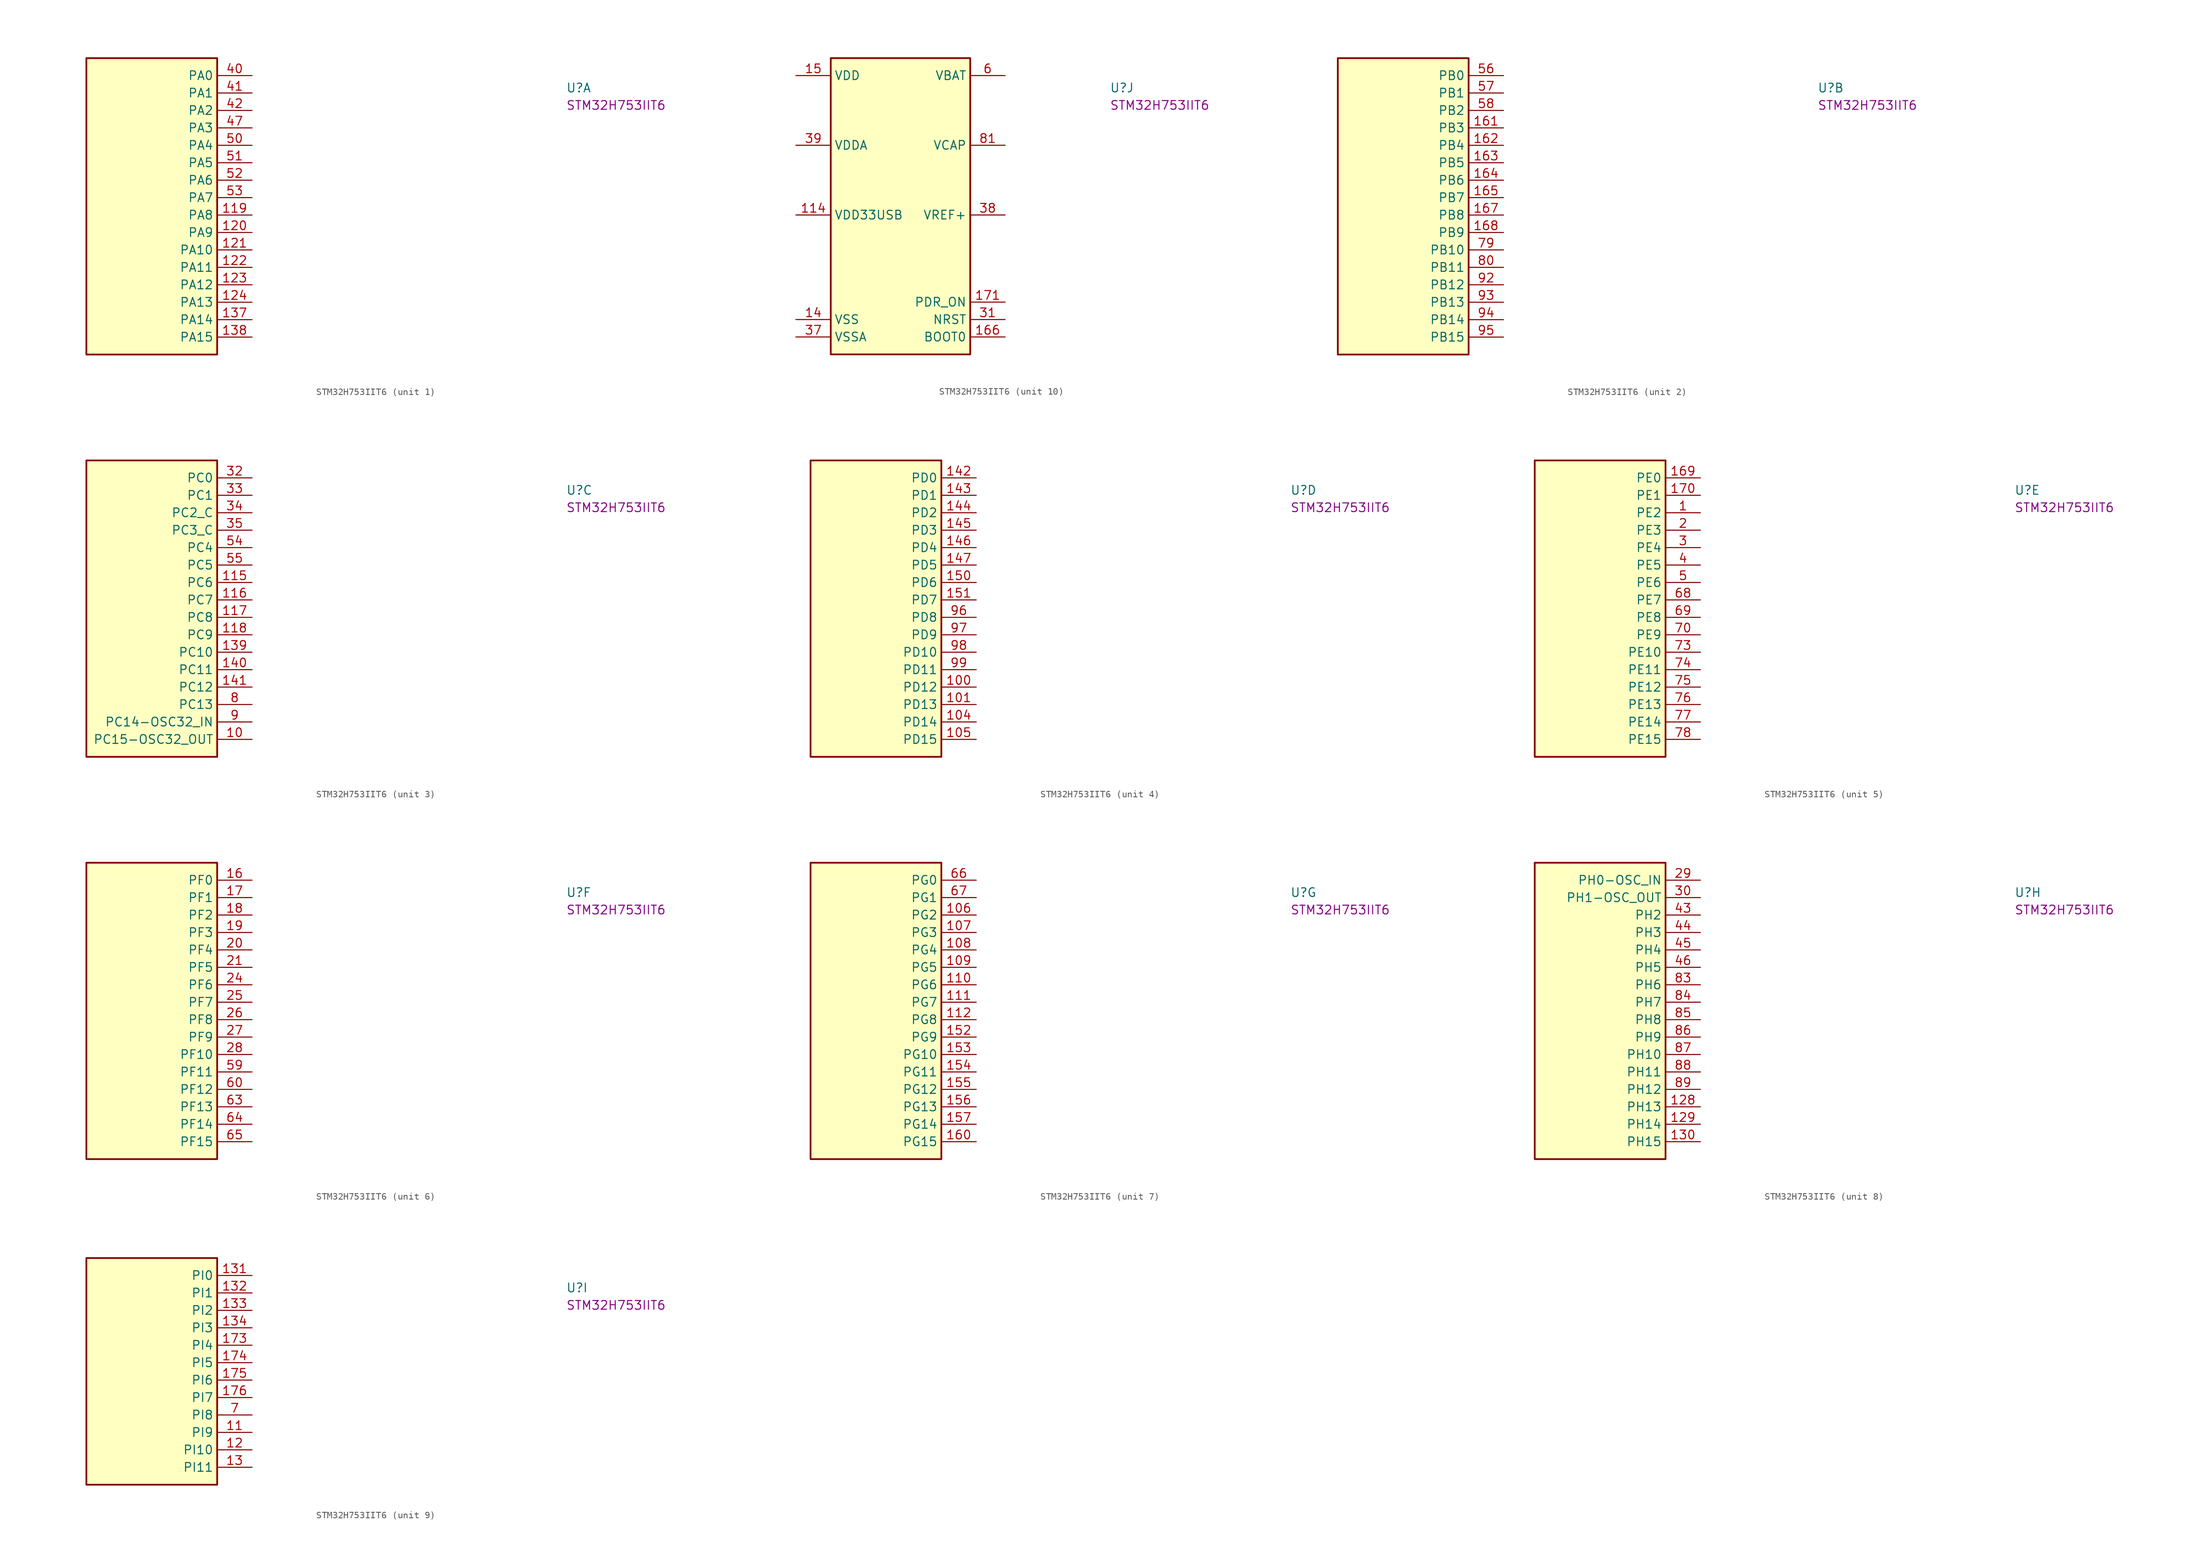
<source format=kicad_sym>
(kicad_symbol_lib
  (version 20220914)
  (generator kicad_symbol_editor)
  (symbol "STM32H753IIT6"
    (property "Reference" "U"
      (at 45.72 -2.54 0)
      (effects (font (size 1.27 1.27) (thickness 0.15)) (justify left bottom)))
    (property "MPN" "STM32H753IIT6"
      (at 45.72 -5.08 0)
      (effects (font (size 1.27 1.27) (thickness 0.15)) (justify left bottom)))
    (symbol "STM32H753IIT6_1_1"
      (rectangle (start -24.13 2.54) (end -5.08 -40.64) (stroke (width 0.254) (type default)) (fill (type background)))
      (pin bidirectional line (at 0 -20.32 180) (length 5.08) (name "PA8" (effects (font (size 1.27 1.27)))) (number "119" (effects (font (size 1.27 1.27)))))
      (pin bidirectional line (at 0 -22.86 180) (length 5.08) (name "PA9" (effects (font (size 1.27 1.27)))) (number "120" (effects (font (size 1.27 1.27)))))
      (pin bidirectional line (at 0 -25.4 180) (length 5.08) (name "PA10" (effects (font (size 1.27 1.27)))) (number "121" (effects (font (size 1.27 1.27)))))
      (pin bidirectional line (at 0 -27.94 180) (length 5.08) (name "PA11" (effects (font (size 1.27 1.27)))) (number "122" (effects (font (size 1.27 1.27)))))
      (pin bidirectional line (at 0 -30.48 180) (length 5.08) (name "PA12" (effects (font (size 1.27 1.27)))) (number "123" (effects (font (size 1.27 1.27)))))
      (pin bidirectional line (at 0 -33.02 180) (length 5.08) (name "PA13" (effects (font (size 1.27 1.27)))) (number "124" (effects (font (size 1.27 1.27)))))
      (pin bidirectional line (at 0 -35.56 180) (length 5.08) (name "PA14" (effects (font (size 1.27 1.27)))) (number "137" (effects (font (size 1.27 1.27)))))
      (pin bidirectional line (at 0 -38.1 180) (length 5.08) (name "PA15" (effects (font (size 1.27 1.27)))) (number "138" (effects (font (size 1.27 1.27)))))
      (pin bidirectional line (at 0 0 180) (length 5.08) (name "PA0" (effects (font (size 1.27 1.27)))) (number "40" (effects (font (size 1.27 1.27)))))
      (pin bidirectional line (at 0 -2.54 180) (length 5.08) (name "PA1" (effects (font (size 1.27 1.27)))) (number "41" (effects (font (size 1.27 1.27)))))
      (pin bidirectional line (at 0 -5.08 180) (length 5.08) (name "PA2" (effects (font (size 1.27 1.27)))) (number "42" (effects (font (size 1.27 1.27)))))
      (pin bidirectional line (at 0 -7.62 180) (length 5.08) (name "PA3" (effects (font (size 1.27 1.27)))) (number "47" (effects (font (size 1.27 1.27)))))
      (pin bidirectional line (at 0 -10.16 180) (length 5.08) (name "PA4" (effects (font (size 1.27 1.27)))) (number "50" (effects (font (size 1.27 1.27)))))
      (pin bidirectional line (at 0 -12.7 180) (length 5.08) (name "PA5" (effects (font (size 1.27 1.27)))) (number "51" (effects (font (size 1.27 1.27)))))
      (pin bidirectional line (at 0 -15.24 180) (length 5.08) (name "PA6" (effects (font (size 1.27 1.27)))) (number "52" (effects (font (size 1.27 1.27)))))
      (pin bidirectional line (at 0 -17.78 180) (length 5.08) (name "PA7" (effects (font (size 1.27 1.27)))) (number "53" (effects (font (size 1.27 1.27))))))
    (symbol "STM32H753IIT6_2_1"
      (rectangle (start -24.13 2.54) (end -5.08 -40.64) (stroke (width 0.254) (type default)) (fill (type background)))
      (pin bidirectional line (at 0 -7.62 180) (length 5.08) (name "PB3" (effects (font (size 1.27 1.27)))) (number "161" (effects (font (size 1.27 1.27)))))
      (pin bidirectional line (at 0 -10.16 180) (length 5.08) (name "PB4" (effects (font (size 1.27 1.27)))) (number "162" (effects (font (size 1.27 1.27)))))
      (pin bidirectional line (at 0 -12.7 180) (length 5.08) (name "PB5" (effects (font (size 1.27 1.27)))) (number "163" (effects (font (size 1.27 1.27)))))
      (pin bidirectional line (at 0 -15.24 180) (length 5.08) (name "PB6" (effects (font (size 1.27 1.27)))) (number "164" (effects (font (size 1.27 1.27)))))
      (pin bidirectional line (at 0 -17.78 180) (length 5.08) (name "PB7" (effects (font (size 1.27 1.27)))) (number "165" (effects (font (size 1.27 1.27)))))
      (pin bidirectional line (at 0 -20.32 180) (length 5.08) (name "PB8" (effects (font (size 1.27 1.27)))) (number "167" (effects (font (size 1.27 1.27)))))
      (pin bidirectional line (at 0 -22.86 180) (length 5.08) (name "PB9" (effects (font (size 1.27 1.27)))) (number "168" (effects (font (size 1.27 1.27)))))
      (pin bidirectional line (at 0 0 180) (length 5.08) (name "PB0" (effects (font (size 1.27 1.27)))) (number "56" (effects (font (size 1.27 1.27)))))
      (pin bidirectional line (at 0 -2.54 180) (length 5.08) (name "PB1" (effects (font (size 1.27 1.27)))) (number "57" (effects (font (size 1.27 1.27)))))
      (pin bidirectional line (at 0 -5.08 180) (length 5.08) (name "PB2" (effects (font (size 1.27 1.27)))) (number "58" (effects (font (size 1.27 1.27)))))
      (pin bidirectional line (at 0 -25.4 180) (length 5.08) (name "PB10" (effects (font (size 1.27 1.27)))) (number "79" (effects (font (size 1.27 1.27)))))
      (pin bidirectional line (at 0 -27.94 180) (length 5.08) (name "PB11" (effects (font (size 1.27 1.27)))) (number "80" (effects (font (size 1.27 1.27)))))
      (pin bidirectional line (at 0 -30.48 180) (length 5.08) (name "PB12" (effects (font (size 1.27 1.27)))) (number "92" (effects (font (size 1.27 1.27)))))
      (pin bidirectional line (at 0 -33.02 180) (length 5.08) (name "PB13" (effects (font (size 1.27 1.27)))) (number "93" (effects (font (size 1.27 1.27)))))
      (pin bidirectional line (at 0 -35.56 180) (length 5.08) (name "PB14" (effects (font (size 1.27 1.27)))) (number "94" (effects (font (size 1.27 1.27)))))
      (pin bidirectional line (at 0 -38.1 180) (length 5.08) (name "PB15" (effects (font (size 1.27 1.27)))) (number "95" (effects (font (size 1.27 1.27))))))
    (symbol "STM32H753IIT6_3_1"
      (rectangle (start -24.13 2.54) (end -5.08 -40.64) (stroke (width 0.254) (type default)) (fill (type background)))
      (pin bidirectional line (at 0 -38.1 180) (length 5.08) (name "PC15-OSC32_OUT" (effects (font (size 1.27 1.27)))) (number "10" (effects (font (size 1.27 1.27)))))
      (pin bidirectional line (at 0 -15.24 180) (length 5.08) (name "PC6" (effects (font (size 1.27 1.27)))) (number "115" (effects (font (size 1.27 1.27)))))
      (pin bidirectional line (at 0 -17.78 180) (length 5.08) (name "PC7" (effects (font (size 1.27 1.27)))) (number "116" (effects (font (size 1.27 1.27)))))
      (pin bidirectional line (at 0 -20.32 180) (length 5.08) (name "PC8" (effects (font (size 1.27 1.27)))) (number "117" (effects (font (size 1.27 1.27)))))
      (pin bidirectional line (at 0 -22.86 180) (length 5.08) (name "PC9" (effects (font (size 1.27 1.27)))) (number "118" (effects (font (size 1.27 1.27)))))
      (pin bidirectional line (at 0 -25.4 180) (length 5.08) (name "PC10" (effects (font (size 1.27 1.27)))) (number "139" (effects (font (size 1.27 1.27)))))
      (pin bidirectional line (at 0 -27.94 180) (length 5.08) (name "PC11" (effects (font (size 1.27 1.27)))) (number "140" (effects (font (size 1.27 1.27)))))
      (pin bidirectional line (at 0 -30.48 180) (length 5.08) (name "PC12" (effects (font (size 1.27 1.27)))) (number "141" (effects (font (size 1.27 1.27)))))
      (pin bidirectional line (at 0 0 180) (length 5.08) (name "PC0" (effects (font (size 1.27 1.27)))) (number "32" (effects (font (size 1.27 1.27)))))
      (pin bidirectional line (at 0 -2.54 180) (length 5.08) (name "PC1" (effects (font (size 1.27 1.27)))) (number "33" (effects (font (size 1.27 1.27)))))
      (pin bidirectional line (at 0 -5.08 180) (length 5.08) (name "PC2_C" (effects (font (size 1.27 1.27)))) (number "34" (effects (font (size 1.27 1.27)))))
      (pin bidirectional line (at 0 -7.62 180) (length 5.08) (name "PC3_C" (effects (font (size 1.27 1.27)))) (number "35" (effects (font (size 1.27 1.27)))))
      (pin bidirectional line (at 0 -10.16 180) (length 5.08) (name "PC4" (effects (font (size 1.27 1.27)))) (number "54" (effects (font (size 1.27 1.27)))))
      (pin bidirectional line (at 0 -12.7 180) (length 5.08) (name "PC5" (effects (font (size 1.27 1.27)))) (number "55" (effects (font (size 1.27 1.27)))))
      (pin bidirectional line (at 0 -33.02 180) (length 5.08) (name "PC13" (effects (font (size 1.27 1.27)))) (number "8" (effects (font (size 1.27 1.27)))))
      (pin bidirectional line (at 0 -35.56 180) (length 5.08) (name "PC14-OSC32_IN" (effects (font (size 1.27 1.27)))) (number "9" (effects (font (size 1.27 1.27))))))
    (symbol "STM32H753IIT6_4_1"
      (rectangle (start -24.13 2.54) (end -5.08 -40.64) (stroke (width 0.254) (type default)) (fill (type background)))
      (pin bidirectional line (at 0 -30.48 180) (length 5.08) (name "PD12" (effects (font (size 1.27 1.27)))) (number "100" (effects (font (size 1.27 1.27)))))
      (pin bidirectional line (at 0 -33.02 180) (length 5.08) (name "PD13" (effects (font (size 1.27 1.27)))) (number "101" (effects (font (size 1.27 1.27)))))
      (pin bidirectional line (at 0 -35.56 180) (length 5.08) (name "PD14" (effects (font (size 1.27 1.27)))) (number "104" (effects (font (size 1.27 1.27)))))
      (pin bidirectional line (at 0 -38.1 180) (length 5.08) (name "PD15" (effects (font (size 1.27 1.27)))) (number "105" (effects (font (size 1.27 1.27)))))
      (pin bidirectional line (at 0 0 180) (length 5.08) (name "PD0" (effects (font (size 1.27 1.27)))) (number "142" (effects (font (size 1.27 1.27)))))
      (pin bidirectional line (at 0 -2.54 180) (length 5.08) (name "PD1" (effects (font (size 1.27 1.27)))) (number "143" (effects (font (size 1.27 1.27)))))
      (pin bidirectional line (at 0 -5.08 180) (length 5.08) (name "PD2" (effects (font (size 1.27 1.27)))) (number "144" (effects (font (size 1.27 1.27)))))
      (pin bidirectional line (at 0 -7.62 180) (length 5.08) (name "PD3" (effects (font (size 1.27 1.27)))) (number "145" (effects (font (size 1.27 1.27)))))
      (pin bidirectional line (at 0 -10.16 180) (length 5.08) (name "PD4" (effects (font (size 1.27 1.27)))) (number "146" (effects (font (size 1.27 1.27)))))
      (pin bidirectional line (at 0 -12.7 180) (length 5.08) (name "PD5" (effects (font (size 1.27 1.27)))) (number "147" (effects (font (size 1.27 1.27)))))
      (pin bidirectional line (at 0 -15.24 180) (length 5.08) (name "PD6" (effects (font (size 1.27 1.27)))) (number "150" (effects (font (size 1.27 1.27)))))
      (pin bidirectional line (at 0 -17.78 180) (length 5.08) (name "PD7" (effects (font (size 1.27 1.27)))) (number "151" (effects (font (size 1.27 1.27)))))
      (pin bidirectional line (at 0 -20.32 180) (length 5.08) (name "PD8" (effects (font (size 1.27 1.27)))) (number "96" (effects (font (size 1.27 1.27)))))
      (pin bidirectional line (at 0 -22.86 180) (length 5.08) (name "PD9" (effects (font (size 1.27 1.27)))) (number "97" (effects (font (size 1.27 1.27)))))
      (pin bidirectional line (at 0 -25.4 180) (length 5.08) (name "PD10" (effects (font (size 1.27 1.27)))) (number "98" (effects (font (size 1.27 1.27)))))
      (pin bidirectional line (at 0 -27.94 180) (length 5.08) (name "PD11" (effects (font (size 1.27 1.27)))) (number "99" (effects (font (size 1.27 1.27))))))
    (symbol "STM32H753IIT6_5_1"
      (rectangle (start -24.13 2.54) (end -5.08 -40.64) (stroke (width 0.254) (type default)) (fill (type background)))
      (pin bidirectional line (at 0 -5.08 180) (length 5.08) (name "PE2" (effects (font (size 1.27 1.27)))) (number "1" (effects (font (size 1.27 1.27)))))
      (pin bidirectional line (at 0 0 180) (length 5.08) (name "PE0" (effects (font (size 1.27 1.27)))) (number "169" (effects (font (size 1.27 1.27)))))
      (pin bidirectional line (at 0 -2.54 180) (length 5.08) (name "PE1" (effects (font (size 1.27 1.27)))) (number "170" (effects (font (size 1.27 1.27)))))
      (pin bidirectional line (at 0 -7.62 180) (length 5.08) (name "PE3" (effects (font (size 1.27 1.27)))) (number "2" (effects (font (size 1.27 1.27)))))
      (pin bidirectional line (at 0 -10.16 180) (length 5.08) (name "PE4" (effects (font (size 1.27 1.27)))) (number "3" (effects (font (size 1.27 1.27)))))
      (pin bidirectional line (at 0 -12.7 180) (length 5.08) (name "PE5" (effects (font (size 1.27 1.27)))) (number "4" (effects (font (size 1.27 1.27)))))
      (pin bidirectional line (at 0 -15.24 180) (length 5.08) (name "PE6" (effects (font (size 1.27 1.27)))) (number "5" (effects (font (size 1.27 1.27)))))
      (pin bidirectional line (at 0 -17.78 180) (length 5.08) (name "PE7" (effects (font (size 1.27 1.27)))) (number "68" (effects (font (size 1.27 1.27)))))
      (pin bidirectional line (at 0 -20.32 180) (length 5.08) (name "PE8" (effects (font (size 1.27 1.27)))) (number "69" (effects (font (size 1.27 1.27)))))
      (pin bidirectional line (at 0 -22.86 180) (length 5.08) (name "PE9" (effects (font (size 1.27 1.27)))) (number "70" (effects (font (size 1.27 1.27)))))
      (pin bidirectional line (at 0 -25.4 180) (length 5.08) (name "PE10" (effects (font (size 1.27 1.27)))) (number "73" (effects (font (size 1.27 1.27)))))
      (pin bidirectional line (at 0 -27.94 180) (length 5.08) (name "PE11" (effects (font (size 1.27 1.27)))) (number "74" (effects (font (size 1.27 1.27)))))
      (pin bidirectional line (at 0 -30.48 180) (length 5.08) (name "PE12" (effects (font (size 1.27 1.27)))) (number "75" (effects (font (size 1.27 1.27)))))
      (pin bidirectional line (at 0 -33.02 180) (length 5.08) (name "PE13" (effects (font (size 1.27 1.27)))) (number "76" (effects (font (size 1.27 1.27)))))
      (pin bidirectional line (at 0 -35.56 180) (length 5.08) (name "PE14" (effects (font (size 1.27 1.27)))) (number "77" (effects (font (size 1.27 1.27)))))
      (pin bidirectional line (at 0 -38.1 180) (length 5.08) (name "PE15" (effects (font (size 1.27 1.27)))) (number "78" (effects (font (size 1.27 1.27))))))
    (symbol "STM32H753IIT6_6_1"
      (rectangle (start -24.13 2.54) (end -5.08 -40.64) (stroke (width 0.254) (type default)) (fill (type background)))
      (pin bidirectional line (at 0 0 180) (length 5.08) (name "PF0" (effects (font (size 1.27 1.27)))) (number "16" (effects (font (size 1.27 1.27)))))
      (pin bidirectional line (at 0 -2.54 180) (length 5.08) (name "PF1" (effects (font (size 1.27 1.27)))) (number "17" (effects (font (size 1.27 1.27)))))
      (pin bidirectional line (at 0 -5.08 180) (length 5.08) (name "PF2" (effects (font (size 1.27 1.27)))) (number "18" (effects (font (size 1.27 1.27)))))
      (pin bidirectional line (at 0 -7.62 180) (length 5.08) (name "PF3" (effects (font (size 1.27 1.27)))) (number "19" (effects (font (size 1.27 1.27)))))
      (pin bidirectional line (at 0 -10.16 180) (length 5.08) (name "PF4" (effects (font (size 1.27 1.27)))) (number "20" (effects (font (size 1.27 1.27)))))
      (pin bidirectional line (at 0 -12.7 180) (length 5.08) (name "PF5" (effects (font (size 1.27 1.27)))) (number "21" (effects (font (size 1.27 1.27)))))
      (pin bidirectional line (at 0 -15.24 180) (length 5.08) (name "PF6" (effects (font (size 1.27 1.27)))) (number "24" (effects (font (size 1.27 1.27)))))
      (pin bidirectional line (at 0 -17.78 180) (length 5.08) (name "PF7" (effects (font (size 1.27 1.27)))) (number "25" (effects (font (size 1.27 1.27)))))
      (pin bidirectional line (at 0 -20.32 180) (length 5.08) (name "PF8" (effects (font (size 1.27 1.27)))) (number "26" (effects (font (size 1.27 1.27)))))
      (pin bidirectional line (at 0 -22.86 180) (length 5.08) (name "PF9" (effects (font (size 1.27 1.27)))) (number "27" (effects (font (size 1.27 1.27)))))
      (pin bidirectional line (at 0 -25.4 180) (length 5.08) (name "PF10" (effects (font (size 1.27 1.27)))) (number "28" (effects (font (size 1.27 1.27)))))
      (pin bidirectional line (at 0 -27.94 180) (length 5.08) (name "PF11" (effects (font (size 1.27 1.27)))) (number "59" (effects (font (size 1.27 1.27)))))
      (pin bidirectional line (at 0 -30.48 180) (length 5.08) (name "PF12" (effects (font (size 1.27 1.27)))) (number "60" (effects (font (size 1.27 1.27)))))
      (pin bidirectional line (at 0 -33.02 180) (length 5.08) (name "PF13" (effects (font (size 1.27 1.27)))) (number "63" (effects (font (size 1.27 1.27)))))
      (pin bidirectional line (at 0 -35.56 180) (length 5.08) (name "PF14" (effects (font (size 1.27 1.27)))) (number "64" (effects (font (size 1.27 1.27)))))
      (pin bidirectional line (at 0 -38.1 180) (length 5.08) (name "PF15" (effects (font (size 1.27 1.27)))) (number "65" (effects (font (size 1.27 1.27))))))
    (symbol "STM32H753IIT6_7_1"
      (rectangle (start -24.13 2.54) (end -5.08 -40.64) (stroke (width 0.254) (type default)) (fill (type background)))
      (pin bidirectional line (at 0 -5.08 180) (length 5.08) (name "PG2" (effects (font (size 1.27 1.27)))) (number "106" (effects (font (size 1.27 1.27)))))
      (pin bidirectional line (at 0 -7.62 180) (length 5.08) (name "PG3" (effects (font (size 1.27 1.27)))) (number "107" (effects (font (size 1.27 1.27)))))
      (pin bidirectional line (at 0 -10.16 180) (length 5.08) (name "PG4" (effects (font (size 1.27 1.27)))) (number "108" (effects (font (size 1.27 1.27)))))
      (pin bidirectional line (at 0 -12.7 180) (length 5.08) (name "PG5" (effects (font (size 1.27 1.27)))) (number "109" (effects (font (size 1.27 1.27)))))
      (pin bidirectional line (at 0 -15.24 180) (length 5.08) (name "PG6" (effects (font (size 1.27 1.27)))) (number "110" (effects (font (size 1.27 1.27)))))
      (pin bidirectional line (at 0 -17.78 180) (length 5.08) (name "PG7" (effects (font (size 1.27 1.27)))) (number "111" (effects (font (size 1.27 1.27)))))
      (pin bidirectional line (at 0 -20.32 180) (length 5.08) (name "PG8" (effects (font (size 1.27 1.27)))) (number "112" (effects (font (size 1.27 1.27)))))
      (pin bidirectional line (at 0 -22.86 180) (length 5.08) (name "PG9" (effects (font (size 1.27 1.27)))) (number "152" (effects (font (size 1.27 1.27)))))
      (pin bidirectional line (at 0 -25.4 180) (length 5.08) (name "PG10" (effects (font (size 1.27 1.27)))) (number "153" (effects (font (size 1.27 1.27)))))
      (pin bidirectional line (at 0 -27.94 180) (length 5.08) (name "PG11" (effects (font (size 1.27 1.27)))) (number "154" (effects (font (size 1.27 1.27)))))
      (pin bidirectional line (at 0 -30.48 180) (length 5.08) (name "PG12" (effects (font (size 1.27 1.27)))) (number "155" (effects (font (size 1.27 1.27)))))
      (pin bidirectional line (at 0 -33.02 180) (length 5.08) (name "PG13" (effects (font (size 1.27 1.27)))) (number "156" (effects (font (size 1.27 1.27)))))
      (pin bidirectional line (at 0 -35.56 180) (length 5.08) (name "PG14" (effects (font (size 1.27 1.27)))) (number "157" (effects (font (size 1.27 1.27)))))
      (pin bidirectional line (at 0 -38.1 180) (length 5.08) (name "PG15" (effects (font (size 1.27 1.27)))) (number "160" (effects (font (size 1.27 1.27)))))
      (pin bidirectional line (at 0 0 180) (length 5.08) (name "PG0" (effects (font (size 1.27 1.27)))) (number "66" (effects (font (size 1.27 1.27)))))
      (pin bidirectional line (at 0 -2.54 180) (length 5.08) (name "PG1" (effects (font (size 1.27 1.27)))) (number "67" (effects (font (size 1.27 1.27))))))
    (symbol "STM32H753IIT6_8_1"
      (rectangle (start -24.13 2.54) (end -5.08 -40.64) (stroke (width 0.254) (type default)) (fill (type background)))
      (pin bidirectional line (at 0 -33.02 180) (length 5.08) (name "PH13" (effects (font (size 1.27 1.27)))) (number "128" (effects (font (size 1.27 1.27)))))
      (pin bidirectional line (at 0 -35.56 180) (length 5.08) (name "PH14" (effects (font (size 1.27 1.27)))) (number "129" (effects (font (size 1.27 1.27)))))
      (pin bidirectional line (at 0 -38.1 180) (length 5.08) (name "PH15" (effects (font (size 1.27 1.27)))) (number "130" (effects (font (size 1.27 1.27)))))
      (pin bidirectional line (at 0 0 180) (length 5.08) (name "PH0-OSC_IN" (effects (font (size 1.27 1.27)))) (number "29" (effects (font (size 1.27 1.27)))))
      (pin bidirectional line (at 0 -2.54 180) (length 5.08) (name "PH1-OSC_OUT" (effects (font (size 1.27 1.27)))) (number "30" (effects (font (size 1.27 1.27)))))
      (pin bidirectional line (at 0 -5.08 180) (length 5.08) (name "PH2" (effects (font (size 1.27 1.27)))) (number "43" (effects (font (size 1.27 1.27)))))
      (pin bidirectional line (at 0 -7.62 180) (length 5.08) (name "PH3" (effects (font (size 1.27 1.27)))) (number "44" (effects (font (size 1.27 1.27)))))
      (pin bidirectional line (at 0 -10.16 180) (length 5.08) (name "PH4" (effects (font (size 1.27 1.27)))) (number "45" (effects (font (size 1.27 1.27)))))
      (pin bidirectional line (at 0 -12.7 180) (length 5.08) (name "PH5" (effects (font (size 1.27 1.27)))) (number "46" (effects (font (size 1.27 1.27)))))
      (pin bidirectional line (at 0 -15.24 180) (length 5.08) (name "PH6" (effects (font (size 1.27 1.27)))) (number "83" (effects (font (size 1.27 1.27)))))
      (pin bidirectional line (at 0 -17.78 180) (length 5.08) (name "PH7" (effects (font (size 1.27 1.27)))) (number "84" (effects (font (size 1.27 1.27)))))
      (pin bidirectional line (at 0 -20.32 180) (length 5.08) (name "PH8" (effects (font (size 1.27 1.27)))) (number "85" (effects (font (size 1.27 1.27)))))
      (pin bidirectional line (at 0 -22.86 180) (length 5.08) (name "PH9" (effects (font (size 1.27 1.27)))) (number "86" (effects (font (size 1.27 1.27)))))
      (pin bidirectional line (at 0 -25.4 180) (length 5.08) (name "PH10" (effects (font (size 1.27 1.27)))) (number "87" (effects (font (size 1.27 1.27)))))
      (pin bidirectional line (at 0 -27.94 180) (length 5.08) (name "PH11" (effects (font (size 1.27 1.27)))) (number "88" (effects (font (size 1.27 1.27)))))
      (pin bidirectional line (at 0 -30.48 180) (length 5.08) (name "PH12" (effects (font (size 1.27 1.27)))) (number "89" (effects (font (size 1.27 1.27))))))
    (symbol "STM32H753IIT6_9_1"
      (rectangle (start -24.13 2.54) (end -5.08 -30.48) (stroke (width 0.254) (type default)) (fill (type background)))
      (pin bidirectional line (at 0 -22.86 180) (length 5.08) (name "PI9" (effects (font (size 1.27 1.27)))) (number "11" (effects (font (size 1.27 1.27)))))
      (pin bidirectional line (at 0 -25.4 180) (length 5.08) (name "PI10" (effects (font (size 1.27 1.27)))) (number "12" (effects (font (size 1.27 1.27)))))
      (pin bidirectional line (at 0 -27.94 180) (length 5.08) (name "PI11" (effects (font (size 1.27 1.27)))) (number "13" (effects (font (size 1.27 1.27)))))
      (pin bidirectional line (at 0 0 180) (length 5.08) (name "PI0" (effects (font (size 1.27 1.27)))) (number "131" (effects (font (size 1.27 1.27)))))
      (pin bidirectional line (at 0 -2.54 180) (length 5.08) (name "PI1" (effects (font (size 1.27 1.27)))) (number "132" (effects (font (size 1.27 1.27)))))
      (pin bidirectional line (at 0 -5.08 180) (length 5.08) (name "PI2" (effects (font (size 1.27 1.27)))) (number "133" (effects (font (size 1.27 1.27)))))
      (pin bidirectional line (at 0 -7.62 180) (length 5.08) (name "PI3" (effects (font (size 1.27 1.27)))) (number "134" (effects (font (size 1.27 1.27)))))
      (pin bidirectional line (at 0 -10.16 180) (length 5.08) (name "PI4" (effects (font (size 1.27 1.27)))) (number "173" (effects (font (size 1.27 1.27)))))
      (pin bidirectional line (at 0 -12.7 180) (length 5.08) (name "PI5" (effects (font (size 1.27 1.27)))) (number "174" (effects (font (size 1.27 1.27)))))
      (pin bidirectional line (at 0 -15.24 180) (length 5.08) (name "PI6" (effects (font (size 1.27 1.27)))) (number "175" (effects (font (size 1.27 1.27)))))
      (pin bidirectional line (at 0 -17.78 180) (length 5.08) (name "PI7" (effects (font (size 1.27 1.27)))) (number "176" (effects (font (size 1.27 1.27)))))
      (pin bidirectional line (at 0 -20.32 180) (length 5.08) (name "PI8" (effects (font (size 1.27 1.27)))) (number "7" (effects (font (size 1.27 1.27))))))
    (symbol "STM32H753IIT6_10_1"
      (rectangle (start 5.08 2.54) (end 25.4 -40.64) (stroke (width 0.254) (type default)) (fill (type background)))
      (pin passive line (at 0 -35.56 0) (length 5.08) hide (name "VSS" (effects (font (size 1.27 1.27)))) (number "102" (effects (font (size 1.27 1.27)))))
      (pin passive line (at 0 0 0) (length 5.08) hide (name "VDD" (effects (font (size 1.27 1.27)))) (number "103" (effects (font (size 1.27 1.27)))))
      (pin passive line (at 0 -35.56 0) (length 5.08) hide (name "VSS" (effects (font (size 1.27 1.27)))) (number "113" (effects (font (size 1.27 1.27)))))
      (pin power_in line (at 0 -20.32 0) (length 5.08) (name "VDD33USB" (effects (font (size 1.27 1.27)))) (number "114" (effects (font (size 1.27 1.27)))))
      (pin passive line (at 30.48 -10.16 180) (length 5.08) hide (name "VCAP" (effects (font (size 1.27 1.27)))) (number "125" (effects (font (size 1.27 1.27)))))
      (pin passive line (at 0 -35.56 0) (length 5.08) hide (name "VSS" (effects (font (size 1.27 1.27)))) (number "126" (effects (font (size 1.27 1.27)))))
      (pin passive line (at 0 0 0) (length 5.08) hide (name "VDD" (effects (font (size 1.27 1.27)))) (number "127" (effects (font (size 1.27 1.27)))))
      (pin passive line (at 0 -35.56 0) (length 5.08) hide (name "VSS" (effects (font (size 1.27 1.27)))) (number "135" (effects (font (size 1.27 1.27)))))
      (pin passive line (at 0 0 0) (length 5.08) hide (name "VDD" (effects (font (size 1.27 1.27)))) (number "136" (effects (font (size 1.27 1.27)))))
      (pin power_in line (at 0 -35.56 0) (length 5.08) (name "VSS" (effects (font (size 1.27 1.27)))) (number "14" (effects (font (size 1.27 1.27)))))
      (pin passive line (at 0 -35.56 0) (length 5.08) hide (name "VSS" (effects (font (size 1.27 1.27)))) (number "148" (effects (font (size 1.27 1.27)))))
      (pin passive line (at 0 0 0) (length 5.08) hide (name "VDD" (effects (font (size 1.27 1.27)))) (number "149" (effects (font (size 1.27 1.27)))))
      (pin power_in line (at 0 0 0) (length 5.08) (name "VDD" (effects (font (size 1.27 1.27)))) (number "15" (effects (font (size 1.27 1.27)))))
      (pin passive line (at 0 -35.56 0) (length 5.08) hide (name "VSS" (effects (font (size 1.27 1.27)))) (number "158" (effects (font (size 1.27 1.27)))))
      (pin passive line (at 0 0 0) (length 5.08) hide (name "VDD" (effects (font (size 1.27 1.27)))) (number "159" (effects (font (size 1.27 1.27)))))
      (pin input line (at 30.48 -38.1 180) (length 5.08) (name "BOOT0" (effects (font (size 1.27 1.27)))) (number "166" (effects (font (size 1.27 1.27)))))
      (pin input line (at 30.48 -33.02 180) (length 5.08) (name "PDR_ON" (effects (font (size 1.27 1.27)))) (number "171" (effects (font (size 1.27 1.27)))))
      (pin passive line (at 0 0 0) (length 5.08) hide (name "VDD" (effects (font (size 1.27 1.27)))) (number "172" (effects (font (size 1.27 1.27)))))
      (pin passive line (at 0 -35.56 0) (length 5.08) hide (name "VSS" (effects (font (size 1.27 1.27)))) (number "22" (effects (font (size 1.27 1.27)))))
      (pin passive line (at 0 0 0) (length 5.08) hide (name "VDD" (effects (font (size 1.27 1.27)))) (number "23" (effects (font (size 1.27 1.27)))))
      (pin input line (at 30.48 -35.56 180) (length 5.08) (name "NRST" (effects (font (size 1.27 1.27)))) (number "31" (effects (font (size 1.27 1.27)))))
      (pin passive line (at 0 0 0) (length 5.08) hide (name "VDD" (effects (font (size 1.27 1.27)))) (number "36" (effects (font (size 1.27 1.27)))))
      (pin passive line (at 0 -38.1 0) (length 5.08) (name "VSSA" (effects (font (size 1.27 1.27)))) (number "37" (effects (font (size 1.27 1.27)))))
      (pin power_in line (at 30.48 -20.32 180) (length 5.08) (name "VREF+" (effects (font (size 1.27 1.27)))) (number "38" (effects (font (size 1.27 1.27)))))
      (pin passive line (at 0 -10.16 0) (length 5.08) (name "VDDA" (effects (font (size 1.27 1.27)))) (number "39" (effects (font (size 1.27 1.27)))))
      (pin passive line (at 0 -35.56 0) (length 5.08) hide (name "VSS" (effects (font (size 1.27 1.27)))) (number "48" (effects (font (size 1.27 1.27)))))
      (pin passive line (at 0 0 0) (length 5.08) hide (name "VDD" (effects (font (size 1.27 1.27)))) (number "49" (effects (font (size 1.27 1.27)))))
      (pin power_in line (at 30.48 0 180) (length 5.08) (name "VBAT" (effects (font (size 1.27 1.27)))) (number "6" (effects (font (size 1.27 1.27)))))
      (pin passive line (at 0 -35.56 0) (length 5.08) hide (name "VSS" (effects (font (size 1.27 1.27)))) (number "61" (effects (font (size 1.27 1.27)))))
      (pin passive line (at 0 0 0) (length 5.08) hide (name "VDD" (effects (font (size 1.27 1.27)))) (number "62" (effects (font (size 1.27 1.27)))))
      (pin passive line (at 0 -35.56 0) (length 5.08) hide (name "VSS" (effects (font (size 1.27 1.27)))) (number "71" (effects (font (size 1.27 1.27)))))
      (pin passive line (at 0 0 0) (length 5.08) hide (name "VDD" (effects (font (size 1.27 1.27)))) (number "72" (effects (font (size 1.27 1.27)))))
      (pin power_out line (at 30.48 -10.16 180) (length 5.08) (name "VCAP" (effects (font (size 1.27 1.27)))) (number "81" (effects (font (size 1.27 1.27)))))
      (pin passive line (at 0 0 0) (length 5.08) hide (name "VDD" (effects (font (size 1.27 1.27)))) (number "82" (effects (font (size 1.27 1.27)))))
      (pin passive line (at 0 -35.56 0) (length 5.08) hide (name "VSS" (effects (font (size 1.27 1.27)))) (number "90" (effects (font (size 1.27 1.27)))))
      (pin passive line (at 0 0 0) (length 5.08) hide (name "VDD" (effects (font (size 1.27 1.27)))) (number "91" (effects (font (size 1.27 1.27))))))))
</source>
